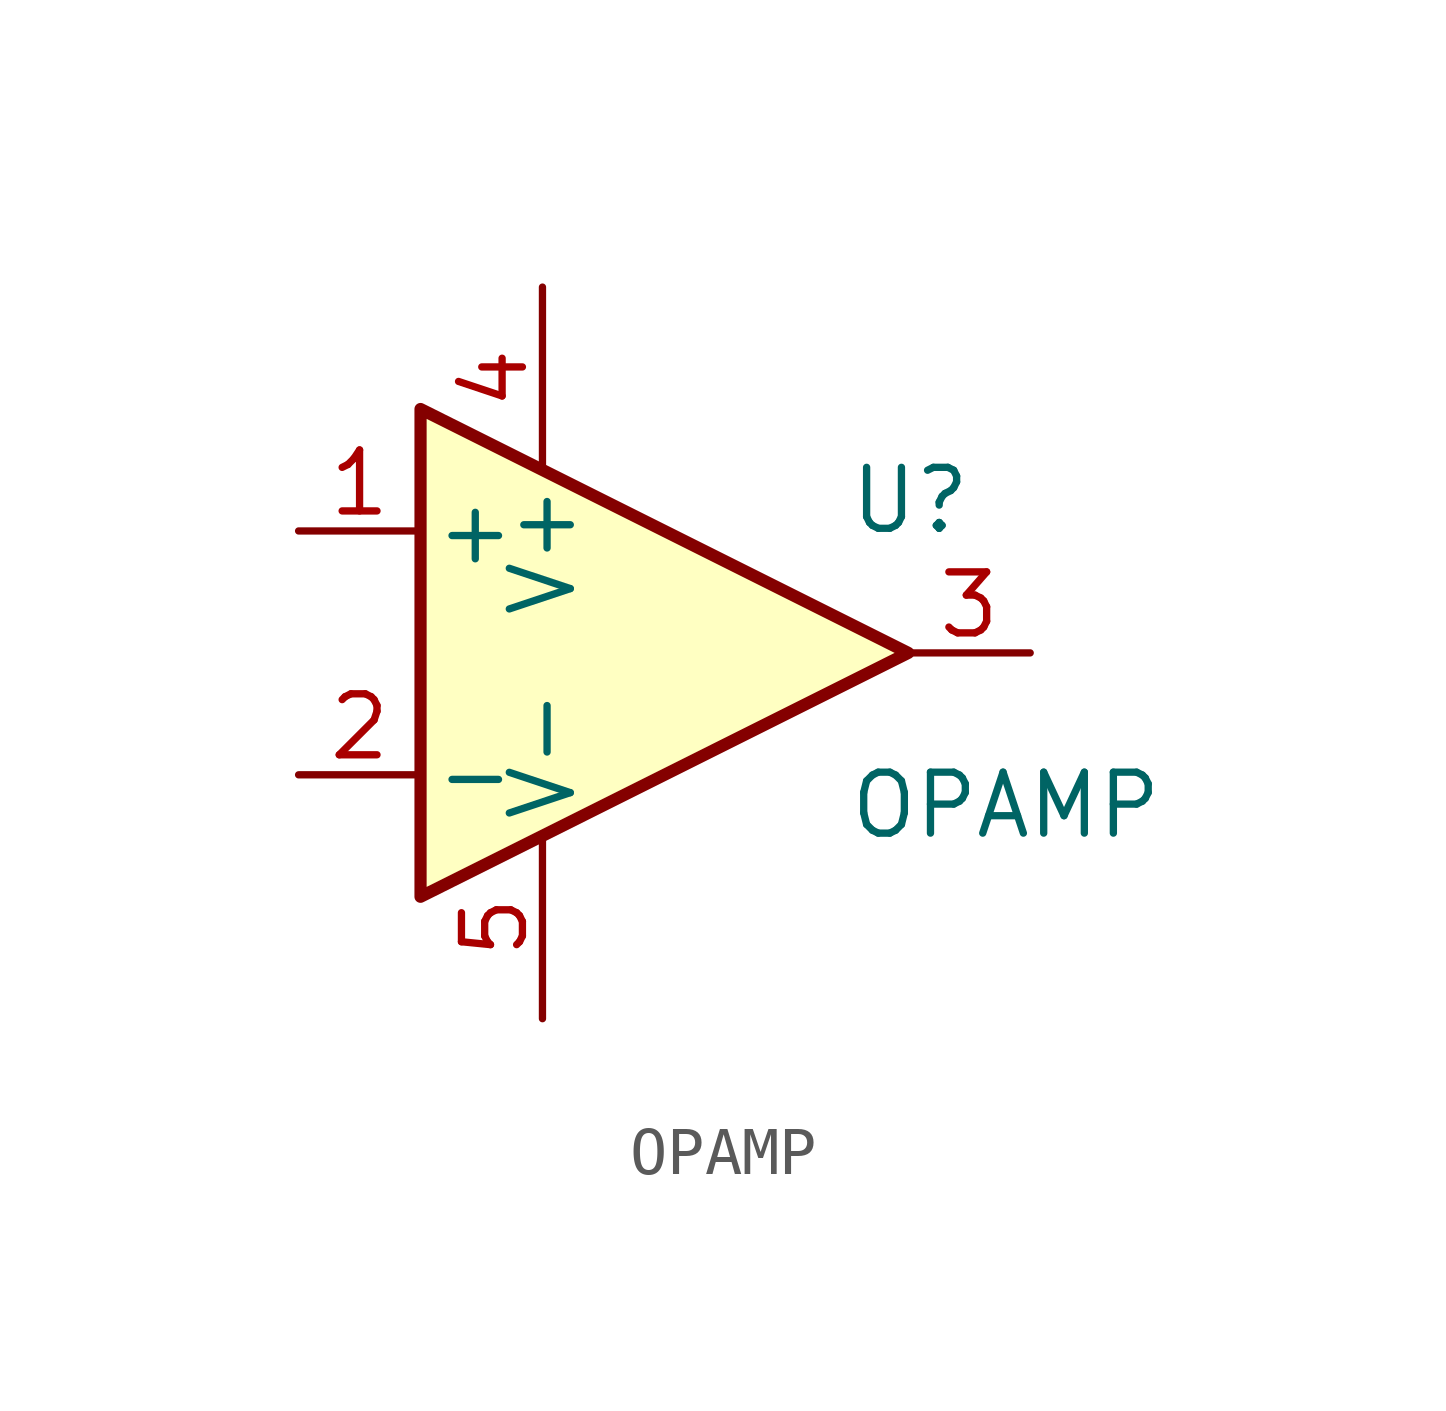
<source format=kicad_sym>
(kicad_symbol_lib
  (version 20211014)
  (generator kicad_symbol_editor)
  (symbol "OPAMP"
    (pin_names
      (offset 0.254))
    (property "Reference" "U"
      (at 3.81 3.175 0)
      (effects (font (size 1.27 1.27)) (justify left)))
    (property "Value" "OPAMP"
      (at 3.81 -3.175 0)
      (effects (font (size 1.27 1.27)) (justify left)))
    (symbol "OPAMP_0_1"
      (polyline (pts (xy 5.08 0) (xy -5.08 5.08) (xy -5.08 -5.08) (xy 5.08 0)) (stroke (width 0.254) (type default) (color 0 0 0 0)) (fill (type background))))
    (symbol "OPAMP_1_1"
      (pin input line (at -7.62 2.54 0) (length 2.54) (name "+" (effects (font (size 1.27 1.27)))) (number "1" (effects (font (size 1.27 1.27)))))
      (pin input line (at -7.62 -2.54 0) (length 2.54) (name "-" (effects (font (size 1.27 1.27)))) (number "2" (effects (font (size 1.27 1.27)))))
      (pin output line (at 7.62 0 180) (length 2.54) (name "~" (effects (font (size 1.27 1.27)))) (number "3" (effects (font (size 1.27 1.27)))))
      (pin power_in line (at -2.54 7.62 270) (length 3.81) (name "V+" (effects (font (size 1.27 1.27)))) (number "4" (effects (font (size 1.27 1.27)))))
      (pin power_in line (at -2.54 -7.62 90) (length 3.81) (name "V-" (effects (font (size 1.27 1.27)))) (number "5" (effects (font (size 1.27 1.27))))))))
</source>
